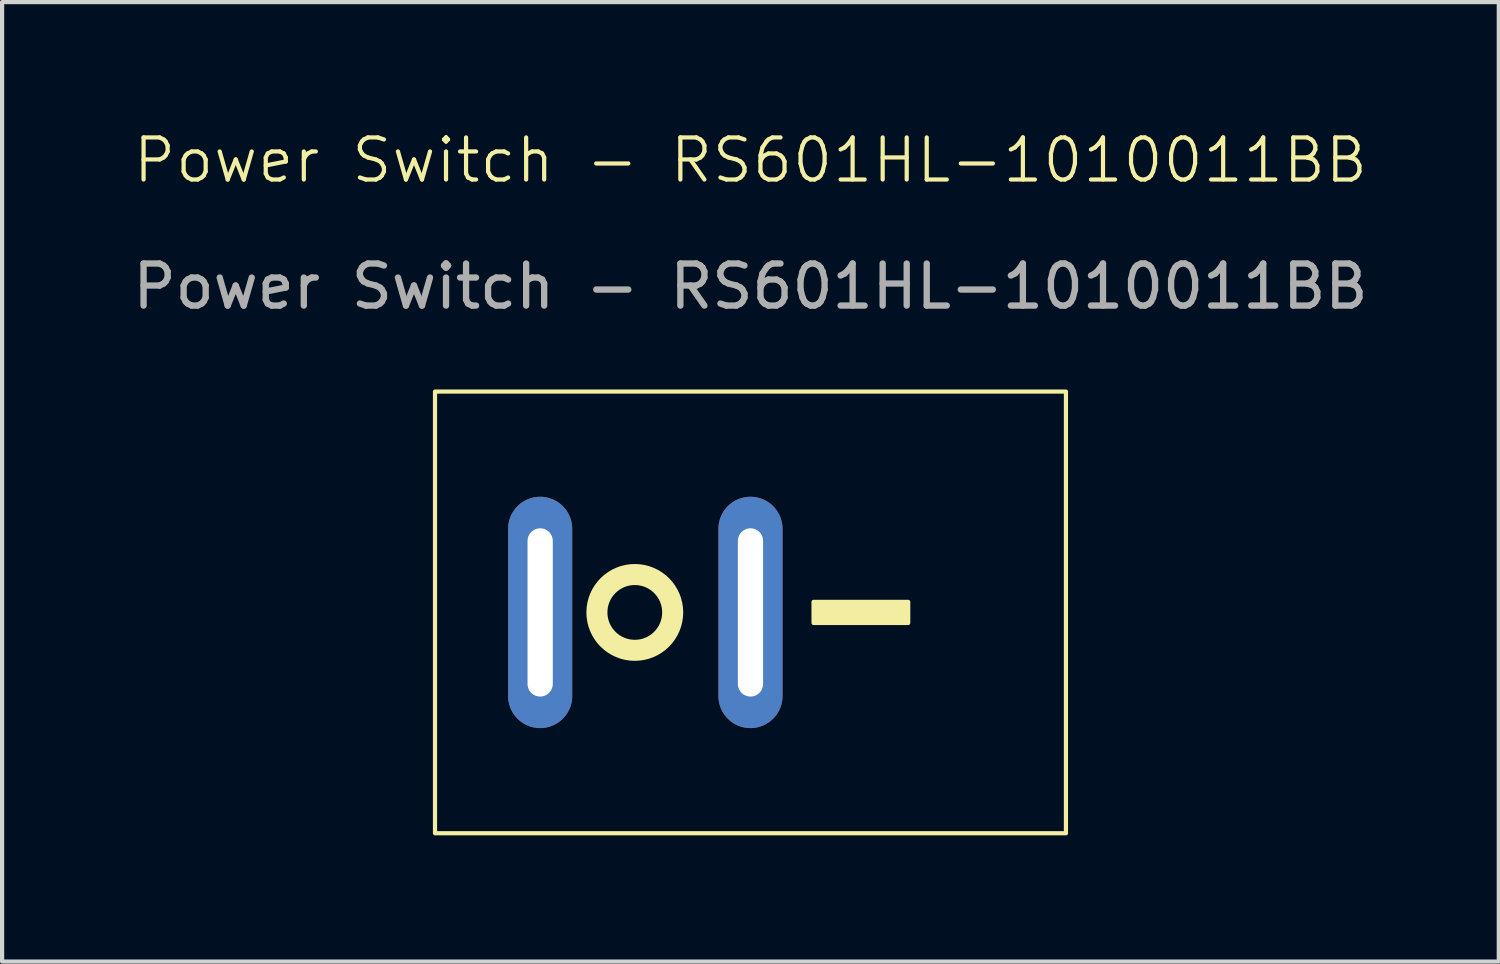
<source format=kicad_pcb>
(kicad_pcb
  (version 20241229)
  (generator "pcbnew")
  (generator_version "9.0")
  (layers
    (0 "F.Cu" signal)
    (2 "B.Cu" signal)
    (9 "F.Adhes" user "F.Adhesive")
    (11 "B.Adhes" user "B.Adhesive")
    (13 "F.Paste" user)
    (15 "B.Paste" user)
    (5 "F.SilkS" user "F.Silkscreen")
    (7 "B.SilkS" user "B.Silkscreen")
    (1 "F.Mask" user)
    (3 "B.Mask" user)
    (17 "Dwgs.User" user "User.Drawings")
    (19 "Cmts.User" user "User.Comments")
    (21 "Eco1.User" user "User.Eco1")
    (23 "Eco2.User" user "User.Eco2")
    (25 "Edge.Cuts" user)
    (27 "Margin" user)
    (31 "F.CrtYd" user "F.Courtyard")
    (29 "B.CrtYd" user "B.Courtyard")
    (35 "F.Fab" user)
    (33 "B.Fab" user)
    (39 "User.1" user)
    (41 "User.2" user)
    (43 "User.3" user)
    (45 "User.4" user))
  (footprint "Power Switch - RS601HL-1010011BB"
    (layer "F.Cu")
    (at 14.792 1.26)
    (property "Reference" "Power Switch - RS601HL-1010011BB" (at 0 -0.5 0) (unlocked yes) (layer "F.SilkS") (effects (font (size 1 1) (thickness 0.1))))
    (attr through_hole)
    (fp_rect (start -7.5 5) (end 7.5 15.5) (stroke (width 0.1) (type default)) (fill no) (layer "F.SilkS"))
    (fp_rect (start 1.5 10) (end 3.75 10.5) (stroke (width 0.1) (type solid)) (fill yes) (layer "F.SilkS"))
    (fp_circle (center -2.75 10.25) (end -1.849 10.25) (stroke (width 0.5) (type default)) (fill no) (layer "F.SilkS"))
    (fp_text user "${REFERENCE}" (at 0 2.5 0) (unlocked yes) (layer "F.Fab") (effects (font (size 1 1) (thickness 0.15))))
    (pad "1" thru_hole oval (at -5 10.25) (size 1.524 5.5) (drill oval 0.6 4) (layers "*.Cu" "*.Mask"))
    (pad "2" thru_hole oval (at 0 10.25) (size 1.524 5.5) (drill oval 0.6 4) (layers "*.Cu" "*.Mask")))
  (gr_rect
    (start -3 -3)
    (end 32.583 19.811)
    (stroke (width 0.1) (type default))
    (fill no)
    (layer "Edge.Cuts")))
</source>
